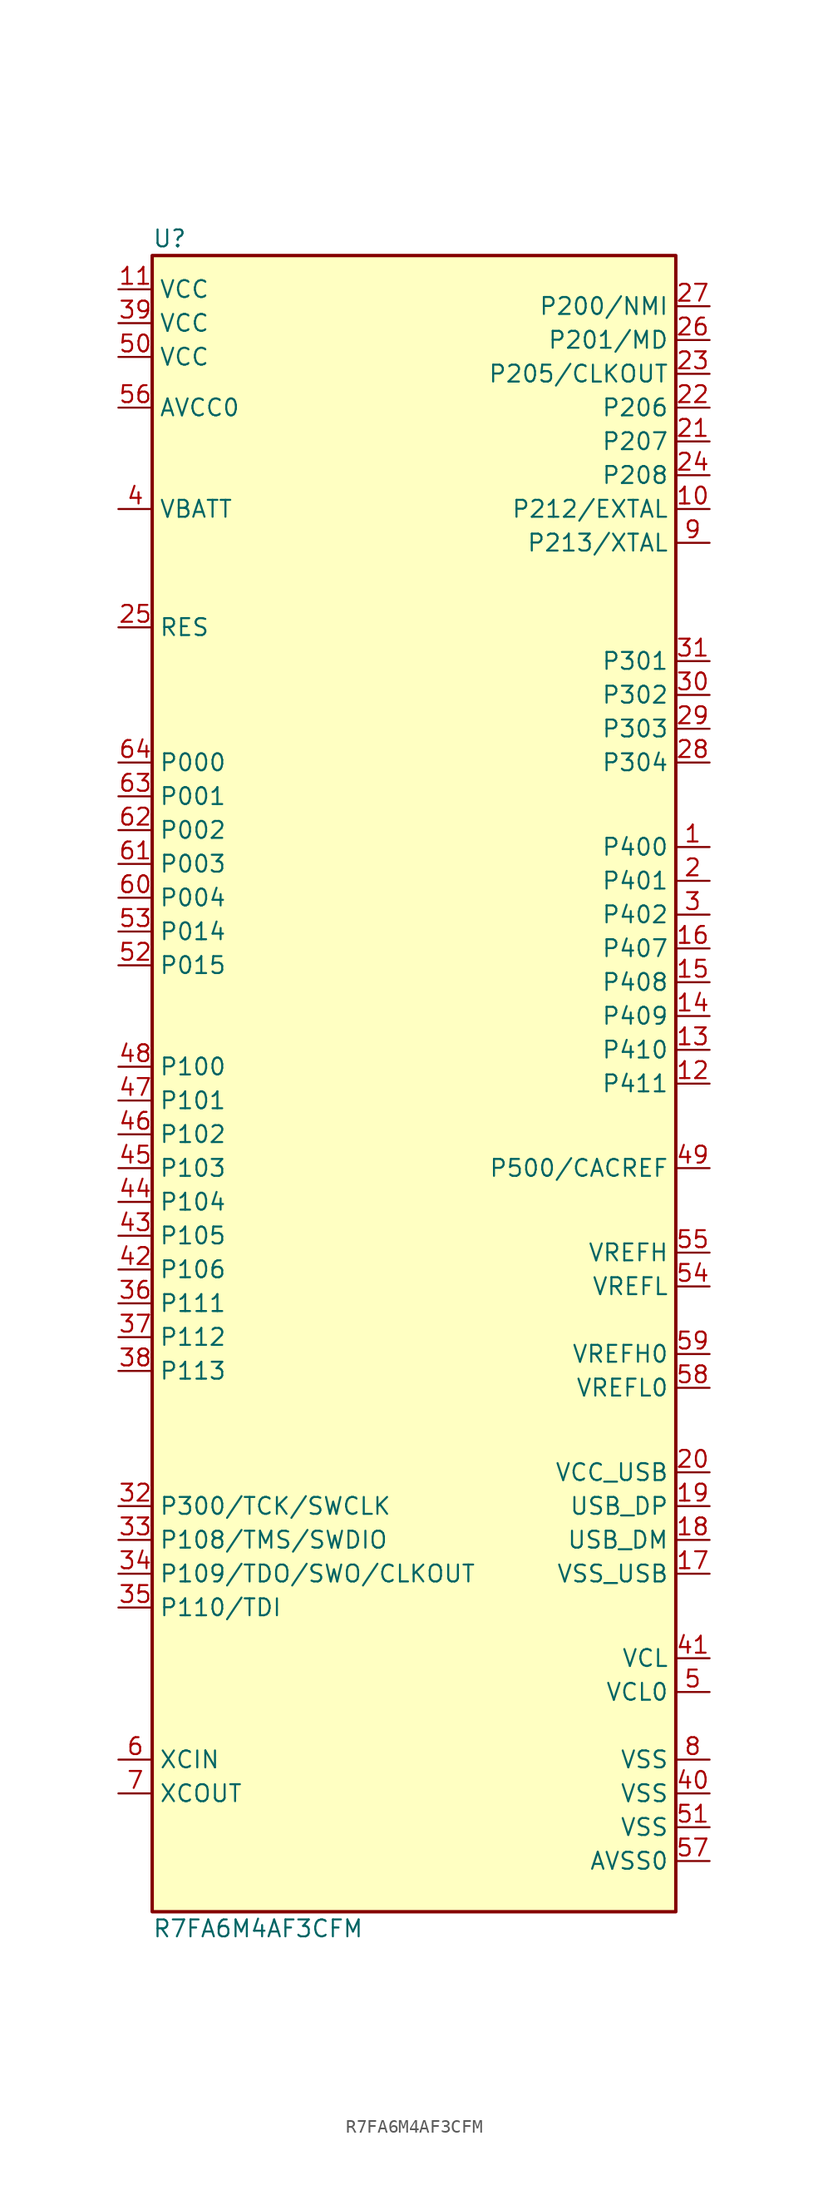
<source format=kicad_sym>
(kicad_symbol_lib
  (version 20220914)
  (generator kicad_symbol_editor)
  (symbol "R7FA6M4AF3CFM"
    (property "Reference" "U"
      (at -15.24 36.83 0)
      (effects (font (size 1.27 1.27)) (justify left)))
    (property "Value" "R7FA6M4AF3CFM"
      (at -15.24 -90.17 0)
      (effects (font (size 1.27 1.27)) (justify left)))
    (symbol "R7FA6M4AF3CFM_1_1"
      (rectangle (start -15.24 35.56) (end 24.13 -88.9) (stroke (width 0.254) (type default)) (fill (type background)))
      (pin bidirectional line (at 26.67 -8.89 180) (length 2.54) (name "P400" (effects (font (size 1.27 1.27)))) (number "1" (effects (font (size 1.27 1.27)))))
      (pin bidirectional line (at 26.67 16.51 180) (length 2.54) (name "P212/EXTAL" (effects (font (size 1.27 1.27)))) (number "10" (effects (font (size 1.27 1.27)))))
      (pin power_in line (at -17.78 33.02 0) (length 2.54) (name "VCC" (effects (font (size 1.27 1.27)))) (number "11" (effects (font (size 1.27 1.27)))))
      (pin bidirectional line (at 26.67 -26.67 180) (length 2.54) (name "P411" (effects (font (size 1.27 1.27)))) (number "12" (effects (font (size 1.27 1.27)))))
      (pin bidirectional line (at 26.67 -24.13 180) (length 2.54) (name "P410" (effects (font (size 1.27 1.27)))) (number "13" (effects (font (size 1.27 1.27)))))
      (pin bidirectional line (at 26.67 -21.59 180) (length 2.54) (name "P409" (effects (font (size 1.27 1.27)))) (number "14" (effects (font (size 1.27 1.27)))))
      (pin bidirectional line (at 26.67 -19.05 180) (length 2.54) (name "P408" (effects (font (size 1.27 1.27)))) (number "15" (effects (font (size 1.27 1.27)))))
      (pin bidirectional line (at 26.67 -16.51 180) (length 2.54) (name "P407" (effects (font (size 1.27 1.27)))) (number "16" (effects (font (size 1.27 1.27)))))
      (pin power_out line (at 26.67 -63.5 180) (length 2.54) (name "VSS_USB" (effects (font (size 1.27 1.27)))) (number "17" (effects (font (size 1.27 1.27)))))
      (pin bidirectional line (at 26.67 -60.96 180) (length 2.54) (name "USB_DM" (effects (font (size 1.27 1.27)))) (number "18" (effects (font (size 1.27 1.27)))))
      (pin bidirectional line (at 26.67 -58.42 180) (length 2.54) (name "USB_DP" (effects (font (size 1.27 1.27)))) (number "19" (effects (font (size 1.27 1.27)))))
      (pin bidirectional line (at 26.67 -11.43 180) (length 2.54) (name "P401" (effects (font (size 1.27 1.27)))) (number "2" (effects (font (size 1.27 1.27)))))
      (pin power_in line (at 26.67 -55.88 180) (length 2.54) (name "VCC_USB" (effects (font (size 1.27 1.27)))) (number "20" (effects (font (size 1.27 1.27)))))
      (pin bidirectional line (at 26.67 21.59 180) (length 2.54) (name "P207" (effects (font (size 1.27 1.27)))) (number "21" (effects (font (size 1.27 1.27)))))
      (pin bidirectional line (at 26.67 24.13 180) (length 2.54) (name "P206" (effects (font (size 1.27 1.27)))) (number "22" (effects (font (size 1.27 1.27)))))
      (pin bidirectional line (at 26.67 26.67 180) (length 2.54) (name "P205/CLKOUT" (effects (font (size 1.27 1.27)))) (number "23" (effects (font (size 1.27 1.27)))))
      (pin bidirectional line (at 26.67 19.05 180) (length 2.54) (name "P208" (effects (font (size 1.27 1.27)))) (number "24" (effects (font (size 1.27 1.27)))))
      (pin input line (at -17.78 7.62 0) (length 2.54) (name "RES" (effects (font (size 1.27 1.27)))) (number "25" (effects (font (size 1.27 1.27)))))
      (pin bidirectional line (at 26.67 29.21 180) (length 2.54) (name "P201/MD" (effects (font (size 1.27 1.27)))) (number "26" (effects (font (size 1.27 1.27)))))
      (pin bidirectional line (at 26.67 31.75 180) (length 2.54) (name "P200/NMI" (effects (font (size 1.27 1.27)))) (number "27" (effects (font (size 1.27 1.27)))))
      (pin bidirectional line (at 26.67 -2.54 180) (length 2.54) (name "P304" (effects (font (size 1.27 1.27)))) (number "28" (effects (font (size 1.27 1.27)))))
      (pin bidirectional line (at 26.67 0 180) (length 2.54) (name "P303" (effects (font (size 1.27 1.27)))) (number "29" (effects (font (size 1.27 1.27)))))
      (pin bidirectional line (at 26.67 -13.97 180) (length 2.54) (name "P402" (effects (font (size 1.27 1.27)))) (number "3" (effects (font (size 1.27 1.27)))))
      (pin bidirectional line (at 26.67 2.54 180) (length 2.54) (name "P302" (effects (font (size 1.27 1.27)))) (number "30" (effects (font (size 1.27 1.27)))))
      (pin bidirectional line (at 26.67 5.08 180) (length 2.54) (name "P301" (effects (font (size 1.27 1.27)))) (number "31" (effects (font (size 1.27 1.27)))))
      (pin bidirectional line (at -17.78 -58.42 0) (length 2.54) (name "P300/TCK/SWCLK" (effects (font (size 1.27 1.27)))) (number "32" (effects (font (size 1.27 1.27)))))
      (pin bidirectional line (at -17.78 -60.96 0) (length 2.54) (name "P108/TMS/SWDIO" (effects (font (size 1.27 1.27)))) (number "33" (effects (font (size 1.27 1.27)))))
      (pin bidirectional line (at -17.78 -63.5 0) (length 2.54) (name "P109/TDO/SWO/CLKOUT" (effects (font (size 1.27 1.27)))) (number "34" (effects (font (size 1.27 1.27)))))
      (pin bidirectional line (at -17.78 -66.04 0) (length 2.54) (name "P110/TDI" (effects (font (size 1.27 1.27)))) (number "35" (effects (font (size 1.27 1.27)))))
      (pin bidirectional line (at -17.78 -43.18 0) (length 2.54) (name "P111" (effects (font (size 1.27 1.27)))) (number "36" (effects (font (size 1.27 1.27)))))
      (pin bidirectional line (at -17.78 -45.72 0) (length 2.54) (name "P112" (effects (font (size 1.27 1.27)))) (number "37" (effects (font (size 1.27 1.27)))))
      (pin bidirectional line (at -17.78 -48.26 0) (length 2.54) (name "P113" (effects (font (size 1.27 1.27)))) (number "38" (effects (font (size 1.27 1.27)))))
      (pin power_in line (at -17.78 30.48 0) (length 2.54) (name "VCC" (effects (font (size 1.27 1.27)))) (number "39" (effects (font (size 1.27 1.27)))))
      (pin power_in line (at -17.78 16.51 0) (length 2.54) (name "VBATT" (effects (font (size 1.27 1.27)))) (number "4" (effects (font (size 1.27 1.27)))))
      (pin power_out line (at 26.67 -80.01 180) (length 2.54) (name "VSS" (effects (font (size 1.27 1.27)))) (number "40" (effects (font (size 1.27 1.27)))))
      (pin power_in line (at 26.67 -69.85 180) (length 2.54) (name "VCL" (effects (font (size 1.27 1.27)))) (number "41" (effects (font (size 1.27 1.27)))))
      (pin bidirectional line (at -17.78 -40.64 0) (length 2.54) (name "P106" (effects (font (size 1.27 1.27)))) (number "42" (effects (font (size 1.27 1.27)))))
      (pin bidirectional line (at -17.78 -38.1 0) (length 2.54) (name "P105" (effects (font (size 1.27 1.27)))) (number "43" (effects (font (size 1.27 1.27)))))
      (pin bidirectional line (at -17.78 -35.56 0) (length 2.54) (name "P104" (effects (font (size 1.27 1.27)))) (number "44" (effects (font (size 1.27 1.27)))))
      (pin bidirectional line (at -17.78 -33.02 0) (length 2.54) (name "P103" (effects (font (size 1.27 1.27)))) (number "45" (effects (font (size 1.27 1.27)))))
      (pin bidirectional line (at -17.78 -30.48 0) (length 2.54) (name "P102" (effects (font (size 1.27 1.27)))) (number "46" (effects (font (size 1.27 1.27)))))
      (pin bidirectional line (at -17.78 -27.94 0) (length 2.54) (name "P101" (effects (font (size 1.27 1.27)))) (number "47" (effects (font (size 1.27 1.27)))))
      (pin bidirectional line (at -17.78 -25.4 0) (length 2.54) (name "P100" (effects (font (size 1.27 1.27)))) (number "48" (effects (font (size 1.27 1.27)))))
      (pin bidirectional line (at 26.67 -33.02 180) (length 2.54) (name "P500/CACREF" (effects (font (size 1.27 1.27)))) (number "49" (effects (font (size 1.27 1.27)))))
      (pin bidirectional line (at 26.67 -72.39 180) (length 2.54) (name "VCL0" (effects (font (size 1.27 1.27)))) (number "5" (effects (font (size 1.27 1.27)))))
      (pin power_in line (at -17.78 27.94 0) (length 2.54) (name "VCC" (effects (font (size 1.27 1.27)))) (number "50" (effects (font (size 1.27 1.27)))))
      (pin power_out line (at 26.67 -82.55 180) (length 2.54) (name "VSS" (effects (font (size 1.27 1.27)))) (number "51" (effects (font (size 1.27 1.27)))))
      (pin bidirectional line (at -17.78 -17.78 0) (length 2.54) (name "P015" (effects (font (size 1.27 1.27)))) (number "52" (effects (font (size 1.27 1.27)))))
      (pin bidirectional line (at -17.78 -15.24 0) (length 2.54) (name "P014" (effects (font (size 1.27 1.27)))) (number "53" (effects (font (size 1.27 1.27)))))
      (pin bidirectional line (at 26.67 -41.91 180) (length 2.54) (name "VREFL" (effects (font (size 1.27 1.27)))) (number "54" (effects (font (size 1.27 1.27)))))
      (pin bidirectional line (at 26.67 -39.37 180) (length 2.54) (name "VREFH" (effects (font (size 1.27 1.27)))) (number "55" (effects (font (size 1.27 1.27)))))
      (pin bidirectional line (at -17.78 24.13 0) (length 2.54) (name "AVCC0" (effects (font (size 1.27 1.27)))) (number "56" (effects (font (size 1.27 1.27)))))
      (pin bidirectional line (at 26.67 -85.09 180) (length 2.54) (name "AVSS0" (effects (font (size 1.27 1.27)))) (number "57" (effects (font (size 1.27 1.27)))))
      (pin bidirectional line (at 26.67 -49.53 180) (length 2.54) (name "VREFL0" (effects (font (size 1.27 1.27)))) (number "58" (effects (font (size 1.27 1.27)))))
      (pin bidirectional line (at 26.67 -46.99 180) (length 2.54) (name "VREFH0" (effects (font (size 1.27 1.27)))) (number "59" (effects (font (size 1.27 1.27)))))
      (pin input line (at -17.78 -77.47 0) (length 2.54) (name "XCIN" (effects (font (size 1.27 1.27)))) (number "6" (effects (font (size 1.27 1.27)))))
      (pin bidirectional line (at -17.78 -12.7 0) (length 2.54) (name "P004" (effects (font (size 1.27 1.27)))) (number "60" (effects (font (size 1.27 1.27)))))
      (pin bidirectional line (at -17.78 -10.16 0) (length 2.54) (name "P003" (effects (font (size 1.27 1.27)))) (number "61" (effects (font (size 1.27 1.27)))))
      (pin bidirectional line (at -17.78 -7.62 0) (length 2.54) (name "P002" (effects (font (size 1.27 1.27)))) (number "62" (effects (font (size 1.27 1.27)))))
      (pin bidirectional line (at -17.78 -5.08 0) (length 2.54) (name "P001" (effects (font (size 1.27 1.27)))) (number "63" (effects (font (size 1.27 1.27)))))
      (pin bidirectional line (at -17.78 -2.54 0) (length 2.54) (name "P000" (effects (font (size 1.27 1.27)))) (number "64" (effects (font (size 1.27 1.27)))))
      (pin output line (at -17.78 -80.01 0) (length 2.54) (name "XCOUT" (effects (font (size 1.27 1.27)))) (number "7" (effects (font (size 1.27 1.27)))))
      (pin power_out line (at 26.67 -77.47 180) (length 2.54) (name "VSS" (effects (font (size 1.27 1.27)))) (number "8" (effects (font (size 1.27 1.27)))))
      (pin bidirectional line (at 26.67 13.97 180) (length 2.54) (name "P213/XTAL" (effects (font (size 1.27 1.27)))) (number "9" (effects (font (size 1.27 1.27))))))))
</source>
